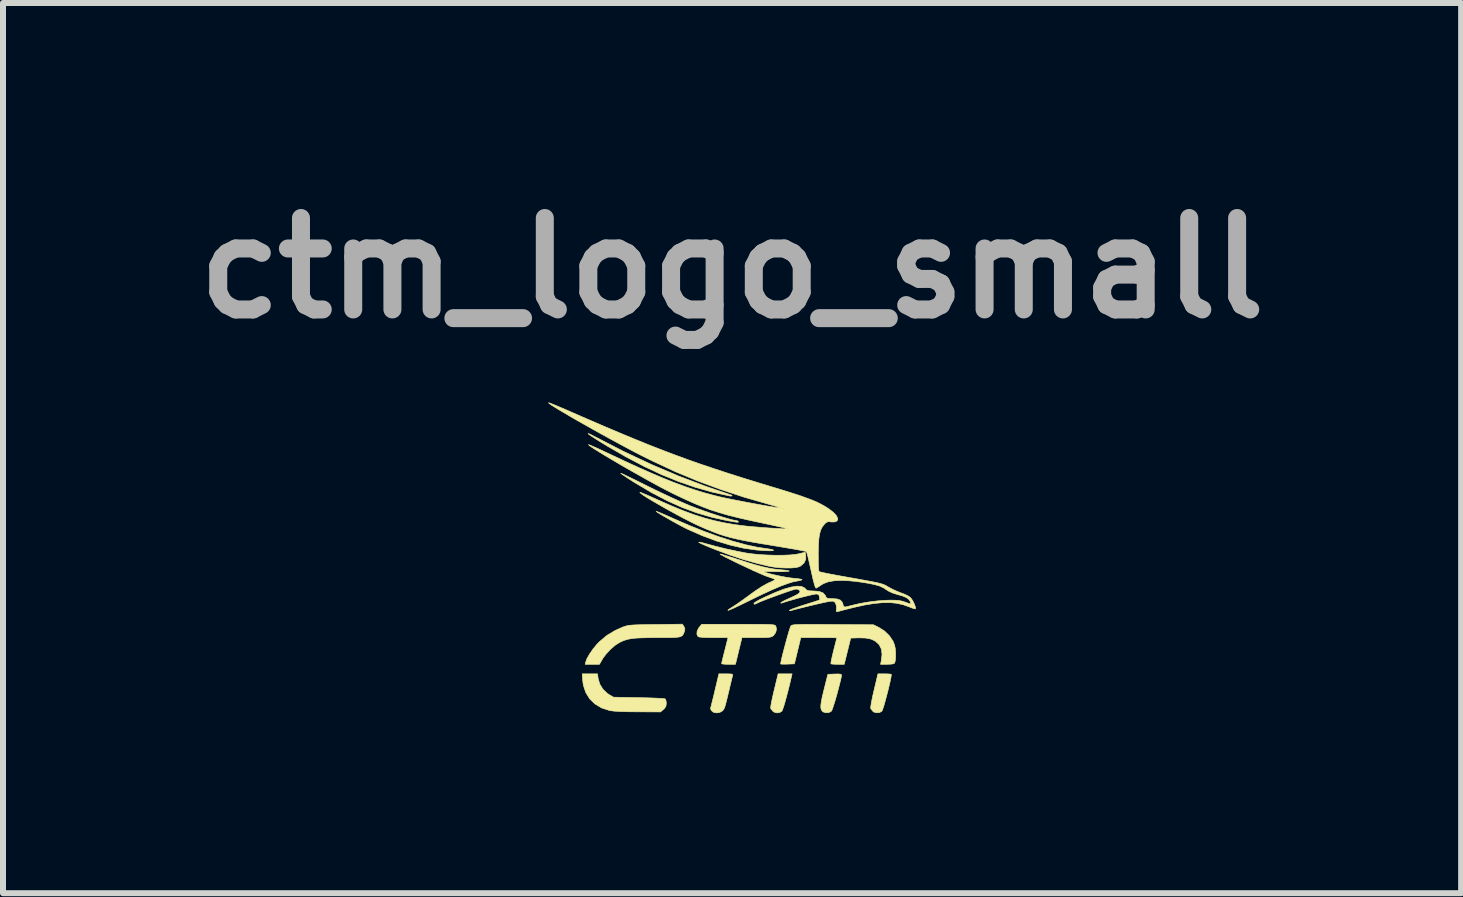
<source format=kicad_pcb>
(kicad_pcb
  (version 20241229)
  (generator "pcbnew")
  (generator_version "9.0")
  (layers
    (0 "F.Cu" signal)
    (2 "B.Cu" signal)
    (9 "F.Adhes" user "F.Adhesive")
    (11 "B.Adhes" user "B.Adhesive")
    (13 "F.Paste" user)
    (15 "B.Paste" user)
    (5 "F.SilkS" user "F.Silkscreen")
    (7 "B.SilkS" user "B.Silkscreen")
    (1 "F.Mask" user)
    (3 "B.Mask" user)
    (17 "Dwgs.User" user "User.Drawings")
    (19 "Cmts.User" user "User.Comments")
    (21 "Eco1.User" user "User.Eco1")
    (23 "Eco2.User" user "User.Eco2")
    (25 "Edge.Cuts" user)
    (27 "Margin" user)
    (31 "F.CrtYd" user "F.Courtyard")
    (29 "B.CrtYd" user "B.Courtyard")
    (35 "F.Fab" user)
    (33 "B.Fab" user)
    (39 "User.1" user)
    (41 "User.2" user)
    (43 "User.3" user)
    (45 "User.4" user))
  (footprint "ctm_logo_small"
    (layer "F.Cu")
    (at 9.151 6.498)
    (property "Reference" "ctm_logo_small" (at 0 -5.08 0) (layer "F.Fab") (effects (font (size 1.524 1.524) (thickness 0.3))))
    (attr through_hole)
    (fp_poly (pts (xy 0.991 1.726) (xy 0.962 1.85) (xy 0.933 1.966) (xy 0.905 2.072) (xy 0.88 2.163) (xy 0.858 2.236) (xy 0.84 2.285) (xy 0.83 2.306) (xy 0.796 2.326) (xy 0.754 2.334) (xy 0.709 2.325) (xy 0.68 2.306) (xy 0.655 2.275) (xy 0.644 2.258) (xy 0.644 2.237) (xy 0.651 2.19) (xy 0.664 2.124) (xy 0.682 2.042) (xy 0.701 1.961) (xy 0.768 1.683) (xy 1.001 1.683) (xy 0.991 1.726)) (stroke (width 0.01) (type solid)) (fill yes) (layer "F.SilkS"))
    (fp_poly (pts (xy 1.811 1.689) (xy 1.825 1.698) (xy 1.825 1.702) (xy 1.821 1.735) (xy 1.809 1.79) (xy 1.791 1.861) (xy 1.77 1.942) (xy 1.747 2.028) (xy 1.723 2.112) (xy 1.7 2.187) (xy 1.68 2.248) (xy 1.665 2.289) (xy 1.658 2.303) (xy 1.617 2.327) (xy 1.566 2.332) (xy 1.519 2.318) (xy 1.503 2.305) (xy 1.488 2.281) (xy 1.48 2.25) (xy 1.48 2.207) (xy 1.488 2.146) (xy 1.504 2.065) (xy 1.53 1.959) (xy 1.537 1.929) (xy 1.597 1.691) (xy 1.711 1.686) (xy 1.774 1.685) (xy 1.811 1.689)) (stroke (width 0.01) (type solid)) (fill yes) (layer "F.SilkS"))
    (fp_poly (pts (xy 2.594 1.684) (xy 2.636 1.687) (xy 2.654 1.691) (xy 2.654 1.71) (xy 2.647 1.753) (xy 2.634 1.815) (xy 2.616 1.891) (xy 2.596 1.974) (xy 2.574 2.058) (xy 2.552 2.139) (xy 2.532 2.21) (xy 2.514 2.265) (xy 2.501 2.299) (xy 2.497 2.305) (xy 2.459 2.328) (xy 2.41 2.332) (xy 2.364 2.32) (xy 2.346 2.306) (xy 2.322 2.275) (xy 2.311 2.258) (xy 2.311 2.237) (xy 2.318 2.19) (xy 2.33 2.123) (xy 2.347 2.041) (xy 2.366 1.96) (xy 2.432 1.683) (xy 2.539 1.683) (xy 2.594 1.684)) (stroke (width 0.01) (type solid)) (fill yes) (layer "F.SilkS"))
    (fp_poly (pts (xy -2.378 -2.316) (xy -2.332 -2.294) (xy -2.286 -2.27) (xy -1.81 -2.025) (xy -1.348 -1.808) (xy -0.897 -1.616) (xy -0.457 -1.449) (xy -0.294 -1.393) (xy -0.205 -1.363) (xy -0.126 -1.336) (xy -0.062 -1.314) (xy -0.019 -1.299) (xy -0.001 -1.291) (xy -0.001 -1.291) (xy -0.000241 -1.282) (xy -0.022 -1.28) (xy -0.04 -1.282) (xy -0.329 -1.346) (xy -0.612 -1.426) (xy -0.893 -1.523) (xy -1.176 -1.638) (xy -1.465 -1.774) (xy -1.765 -1.932) (xy -2.072 -2.109) (xy -2.174 -2.171) (xy -2.258 -2.223) (xy -2.324 -2.266) (xy -2.371 -2.297) (xy -2.396 -2.317) (xy -2.399 -2.324) (xy -2.378 -2.316)) (stroke (width 0.01) (type solid)) (fill yes) (layer "F.SilkS"))
    (fp_poly (pts (xy -0.04 1.684) (xy -0.005 1.687) (xy 0.01 1.694) (xy 0.011 1.707) (xy 0.01 1.711) (xy 0.003 1.736) (xy -0.009 1.785) (xy -0.025 1.852) (xy -0.044 1.93) (xy -0.047 1.945) (xy -0.073 2.052) (xy -0.093 2.134) (xy -0.108 2.193) (xy -0.121 2.234) (xy -0.132 2.262) (xy -0.143 2.281) (xy -0.156 2.295) (xy -0.162 2.302) (xy -0.207 2.327) (xy -0.261 2.334) (xy -0.31 2.323) (xy -0.34 2.299) (xy -0.356 2.271) (xy -0.358 2.256) (xy -0.353 2.238) (xy -0.342 2.194) (xy -0.326 2.13) (xy -0.306 2.05) (xy -0.286 1.965) (xy -0.219 1.683) (xy -0.1 1.683) (xy -0.04 1.684)) (stroke (width 0.01) (type solid)) (fill yes) (layer "F.SilkS"))
    (fp_poly (pts (xy -2.232 1.759) (xy -2.205 1.854) (xy -2.151 1.941) (xy -2.078 2.01) (xy -2.053 2.027) (xy -1.976 2.072) (xy -1.556 2.08) (xy -1.443 2.082) (xy -1.34 2.085) (xy -1.251 2.089) (xy -1.181 2.093) (xy -1.134 2.097) (xy -1.115 2.1) (xy -1.102 2.123) (xy -1.096 2.164) (xy -1.095 2.174) (xy -1.102 2.223) (xy -1.126 2.26) (xy -1.144 2.277) (xy -1.193 2.318) (xy -1.569 2.316) (xy -1.73 2.315) (xy -1.86 2.311) (xy -1.96 2.305) (xy -2.029 2.297) (xy -2.042 2.294) (xy -2.174 2.251) (xy -2.285 2.185) (xy -2.374 2.098) (xy -2.439 1.992) (xy -2.479 1.869) (xy -2.489 1.791) (xy -2.497 1.683) (xy -2.242 1.683) (xy -2.232 1.759)) (stroke (width 0.01) (type solid)) (fill yes) (layer "F.SilkS"))
    (fp_poly (pts (xy -1.25 -1.022) (xy -1.209 -1.006) (xy -1.15 -0.981) (xy -1.075 -0.949) (xy -0.989 -0.91) (xy -0.983 -0.907) (xy -0.72 -0.793) (xy -0.464 -0.691) (xy -0.219 -0.602) (xy 0.012 -0.528) (xy 0.226 -0.469) (xy 0.421 -0.427) (xy 0.584 -0.403) (xy 0.637 -0.395) (xy 0.676 -0.386) (xy 0.692 -0.379) (xy 0.683 -0.371) (xy 0.645 -0.368) (xy 0.581 -0.369) (xy 0.493 -0.374) (xy 0.397 -0.382) (xy 0.19 -0.412) (xy -0.032 -0.463) (xy -0.264 -0.533) (xy -0.497 -0.62) (xy -0.726 -0.721) (xy -0.786 -0.75) (xy -0.847 -0.782) (xy -0.918 -0.82) (xy -0.994 -0.862) (xy -1.068 -0.904) (xy -1.138 -0.944) (xy -1.197 -0.979) (xy -1.24 -1.006) (xy -1.263 -1.023) (xy -1.265 -1.026) (xy -1.25 -1.022)) (stroke (width 0.01) (type solid)) (fill yes) (layer "F.SilkS"))
    (fp_poly (pts (xy -0.505 -0.505) (xy -0.454 -0.492) (xy -0.448 -0.49) (xy -0.285 -0.446) (xy -0.105 -0.401) (xy 0.076 -0.362) (xy 0.234 -0.331) (xy 0.343 -0.316) (xy 0.466 -0.304) (xy 0.597 -0.297) (xy 0.73 -0.293) (xy 0.857 -0.294) (xy 0.971 -0.299) (xy 1.066 -0.309) (xy 1.122 -0.32) (xy 1.219 -0.344) (xy 1.228 -0.302) (xy 1.229 -0.227) (xy 1.2 -0.164) (xy 1.145 -0.116) (xy 1.116 -0.101) (xy 1.066 -0.089) (xy 0.992 -0.082) (xy 0.903 -0.081) (xy 0.806 -0.085) (xy 0.709 -0.095) (xy 0.62 -0.11) (xy 0.619 -0.11) (xy 0.41 -0.16) (xy 0.195 -0.221) (xy -0.03 -0.296) (xy -0.272 -0.386) (xy -0.369 -0.425) (xy -0.439 -0.454) (xy -0.498 -0.48) (xy -0.538 -0.499) (xy -0.555 -0.51) (xy -0.556 -0.511) (xy -0.542 -0.512) (xy -0.505 -0.505)) (stroke (width 0.01) (type solid)) (fill yes) (layer "F.SilkS"))
    (fp_poly (pts (xy -1.839 -1.655) (xy -1.799 -1.637) (xy -1.737 -1.607) (xy -1.658 -1.569) (xy -1.565 -1.523) (xy -1.46 -1.471) (xy -1.412 -1.447) (xy -1.286 -1.385) (xy -1.152 -1.321) (xy -1.019 -1.259) (xy -0.892 -1.201) (xy -0.779 -1.152) (xy -0.69 -1.115) (xy -0.59 -1.077) (xy -0.482 -1.038) (xy -0.372 -0.999) (xy -0.263 -0.963) (xy -0.162 -0.931) (xy -0.073 -0.905) (xy -0.001 -0.885) (xy 0.049 -0.875) (xy 0.065 -0.873) (xy 0.094 -0.865) (xy 0.103 -0.857) (xy 0.107 -0.849) (xy 0.102 -0.845) (xy 0.083 -0.844) (xy 0.047 -0.849) (xy -0.011 -0.859) (xy -0.087 -0.872) (xy -0.338 -0.927) (xy -0.585 -0.999) (xy -0.832 -1.09) (xy -1.083 -1.203) (xy -1.343 -1.339) (xy -1.614 -1.5) (xy -1.672 -1.536) (xy -1.739 -1.579) (xy -1.794 -1.616) (xy -1.834 -1.643) (xy -1.853 -1.658) (xy -1.854 -1.66) (xy -1.839 -1.655)) (stroke (width 0.01) (type solid)) (fill yes) (layer "F.SilkS"))
    (fp_poly (pts (xy 0.259 0.857) (xy 0.385 0.858) (xy 0.486 0.858) (xy 0.564 0.859) (xy 0.623 0.861) (xy 0.665 0.864) (xy 0.693 0.867) (xy 0.711 0.872) (xy 0.722 0.878) (xy 0.728 0.885) (xy 0.731 0.89) (xy 0.741 0.94) (xy 0.728 0.994) (xy 0.694 1.041) (xy 0.687 1.048) (xy 0.669 1.06) (xy 0.646 1.069) (xy 0.614 1.074) (xy 0.567 1.078) (xy 0.499 1.079) (xy 0.406 1.079) (xy 0.165 1.079) (xy 0.111 1.302) (xy 0.057 1.524) (xy -0.059 1.524) (xy -0.115 1.523) (xy -0.156 1.519) (xy -0.174 1.513) (xy -0.174 1.512) (xy -0.17 1.493) (xy -0.16 1.449) (xy -0.145 1.387) (xy -0.126 1.312) (xy -0.12 1.29) (xy -0.067 1.079) (xy -0.308 1.079) (xy -0.416 1.078) (xy -0.495 1.075) (xy -0.545 1.069) (xy -0.568 1.061) (xy -0.568 1.06) (xy -0.586 1.022) (xy -0.582 0.972) (xy -0.557 0.92) (xy -0.546 0.906) (xy -0.505 0.857) (xy 0.104 0.857) (xy 0.259 0.857)) (stroke (width 0.01) (type solid)) (fill yes) (layer "F.SilkS"))
    (fp_poly (pts (xy -0.802 0.894) (xy -0.786 0.931) (xy -0.791 0.97) (xy -0.794 0.978) (xy -0.806 1.009) (xy -0.819 1.033) (xy -0.835 1.05) (xy -0.86 1.063) (xy -0.896 1.071) (xy -0.949 1.076) (xy -1.022 1.079) (xy -1.118 1.079) (xy -1.242 1.079) (xy -1.245 1.079) (xy -1.388 1.08) (xy -1.503 1.083) (xy -1.596 1.087) (xy -1.671 1.095) (xy -1.733 1.106) (xy -1.788 1.122) (xy -1.838 1.142) (xy -1.877 1.161) (xy -1.947 1.206) (xy -2.023 1.271) (xy -2.093 1.345) (xy -2.15 1.42) (xy -2.162 1.441) (xy -2.21 1.524) (xy -2.448 1.524) (xy -2.437 1.48) (xy -2.414 1.421) (xy -2.372 1.349) (xy -2.318 1.271) (xy -2.256 1.195) (xy -2.214 1.151) (xy -2.089 1.045) (xy -1.948 0.96) (xy -1.829 0.907) (xy -1.797 0.895) (xy -1.767 0.886) (xy -1.736 0.878) (xy -1.698 0.873) (xy -1.65 0.869) (xy -1.587 0.866) (xy -1.506 0.864) (xy -1.401 0.862) (xy -1.275 0.861) (xy -0.828 0.855) (xy -0.802 0.894)) (stroke (width 0.01) (type solid)) (fill yes) (layer "F.SilkS"))
    (fp_poly (pts (xy 1.429 0.859) (xy 1.576 0.86) (xy 1.682 0.861) (xy 2.357 0.865) (xy 2.448 0.91) (xy 2.542 0.97) (xy 2.623 1.049) (xy 2.683 1.138) (xy 2.709 1.203) (xy 2.721 1.263) (xy 2.726 1.333) (xy 2.726 1.403) (xy 2.721 1.464) (xy 2.709 1.504) (xy 2.708 1.506) (xy 2.687 1.516) (xy 2.642 1.522) (xy 2.586 1.524) (xy 2.475 1.524) (xy 2.488 1.464) (xy 2.5 1.358) (xy 2.489 1.27) (xy 2.453 1.199) (xy 2.449 1.194) (xy 2.391 1.14) (xy 2.318 1.104) (xy 2.225 1.086) (xy 2.114 1.083) (xy 1.978 1.087) (xy 1.924 1.306) (xy 1.87 1.524) (xy 1.763 1.524) (xy 1.708 1.523) (xy 1.666 1.52) (xy 1.648 1.515) (xy 1.648 1.498) (xy 1.656 1.455) (xy 1.669 1.394) (xy 1.687 1.319) (xy 1.692 1.297) (xy 1.712 1.22) (xy 1.728 1.156) (xy 1.74 1.109) (xy 1.746 1.085) (xy 1.746 1.083) (xy 1.731 1.082) (xy 1.689 1.081) (xy 1.625 1.08) (xy 1.544 1.08) (xy 1.451 1.08) (xy 1.446 1.079) (xy 1.146 1.079) (xy 1.093 1.298) (xy 1.04 1.516) (xy 0.925 1.521) (xy 0.869 1.522) (xy 0.828 1.521) (xy 0.81 1.519) (xy 0.81 1.518) (xy 0.814 1.49) (xy 0.825 1.438) (xy 0.841 1.369) (xy 0.862 1.289) (xy 0.885 1.202) (xy 0.908 1.116) (xy 0.931 1.035) (xy 0.951 0.966) (xy 0.968 0.915) (xy 0.978 0.888) (xy 0.98 0.885) (xy 0.988 0.878) (xy 0.999 0.872) (xy 1.018 0.868) (xy 1.045 0.864) (xy 1.086 0.862) (xy 1.141 0.86) (xy 1.215 0.859) (xy 1.31 0.859) (xy 1.429 0.859)) (stroke (width 0.01) (type solid)) (fill yes) (layer "F.SilkS"))
    (fp_poly (pts (xy -0.183 -0.311) (xy -0.142 -0.299) (xy -0.079 -0.28) (xy 0.001 -0.256) (xy 0.092 -0.226) (xy 0.122 -0.217) (xy 0.277 -0.167) (xy 0.409 -0.128) (xy 0.521 -0.099) (xy 0.621 -0.077) (xy 0.712 -0.062) (xy 0.801 -0.053) (xy 0.81 -0.052) (xy 0.888 -0.045) (xy 0.935 -0.038) (xy 0.954 -0.031) (xy 0.944 -0.026) (xy 0.907 -0.022) (xy 0.845 -0.02) (xy 0.758 -0.02) (xy 0.738 -0.021) (xy 0.641 -0.023) (xy 0.575 -0.022) (xy 0.54 -0.019) (xy 0.537 -0.014) (xy 0.54 -0.013) (xy 0.604 0.008) (xy 0.631 0.015) (xy 0.69 0.03) (xy 0.787 0.051) (xy 0.884 0.07) (xy 0.973 0.084) (xy 1.028 0.09) (xy 1.09 0.096) (xy 1.138 0.103) (xy 1.164 0.109) (xy 1.167 0.111) (xy 1.157 0.12) (xy 1.125 0.129) (xy 1.102 0.133) (xy 1.019 0.149) (xy 0.92 0.18) (xy 0.801 0.224) (xy 0.662 0.284) (xy 0.499 0.359) (xy 0.357 0.428) (xy 0.217 0.497) (xy 0.106 0.551) (xy 0.021 0.591) (xy -0.036 0.615) (xy -0.066 0.626) (xy -0.069 0.622) (xy -0.046 0.603) (xy 0.004 0.571) (xy 0.01 0.567) (xy 0.078 0.523) (xy 0.155 0.469) (xy 0.23 0.415) (xy 0.249 0.401) (xy 0.385 0.302) (xy 0.502 0.225) (xy 0.604 0.169) (xy 0.651 0.149) (xy 0.696 0.127) (xy 0.717 0.112) (xy 0.714 0.105) (xy 0.688 0.096) (xy 0.642 0.079) (xy 0.584 0.059) (xy 0.572 0.055) (xy 0.529 0.038) (xy 0.468 0.012) (xy 0.392 -0.022) (xy 0.347 -0.042) (xy 0.466 -0.042) (xy 0.468 -0.033) (xy 0.476 -0.032) (xy 0.489 -0.038) (xy 0.487 -0.042) (xy 0.468 -0.044) (xy 0.466 -0.042) (xy 0.347 -0.042) (xy 0.307 -0.061) (xy 0.216 -0.103) (xy 0.125 -0.146) (xy 0.036 -0.189) (xy -0.044 -0.229) (xy -0.112 -0.263) (xy -0.163 -0.29) (xy -0.194 -0.308) (xy -0.2 -0.314) (xy -0.183 -0.311)) (stroke (width 0.01) (type solid)) (fill yes) (layer "F.SilkS"))
    (fp_poly (pts (xy -3.043 -2.832) (xy -3.002 -2.817) (xy -2.941 -2.792) (xy -2.863 -2.759) (xy -2.773 -2.721) (xy -2.725 -2.7) (xy -2.416 -2.565) (xy -2.133 -2.443) (xy -1.871 -2.332) (xy -1.625 -2.23) (xy -1.394 -2.136) (xy -1.171 -2.049) (xy -0.955 -1.967) (xy -0.74 -1.888) (xy -0.524 -1.812) (xy -0.301 -1.737) (xy -0.07 -1.661) (xy 0.176 -1.583) (xy 0.438 -1.502) (xy 0.659 -1.435) (xy 0.843 -1.379) (xy 0.999 -1.33) (xy 1.132 -1.287) (xy 1.243 -1.247) (xy 1.337 -1.212) (xy 1.417 -1.178) (xy 1.485 -1.144) (xy 1.546 -1.11) (xy 1.602 -1.074) (xy 1.62 -1.062) (xy 1.694 -1.004) (xy 1.74 -0.953) (xy 1.761 -0.907) (xy 1.762 -0.891) (xy 1.748 -0.864) (xy 1.711 -0.849) (xy 1.656 -0.848) (xy 1.637 -0.851) (xy 1.6 -0.853) (xy 1.568 -0.838) (xy 1.542 -0.814) (xy 1.507 -0.771) (xy 1.48 -0.719) (xy 1.46 -0.652) (xy 1.447 -0.568) (xy 1.44 -0.462) (xy 1.437 -0.328) (xy 1.437 -0.307) (xy 1.438 -0.217) (xy 1.439 -0.138) (xy 1.442 -0.075) (xy 1.446 -0.035) (xy 1.449 -0.022) (xy 1.468 -0.016) (xy 1.513 -0.005) (xy 1.58 0.009) (xy 1.664 0.025) (xy 1.76 0.043) (xy 1.798 0.05) (xy 1.965 0.08) (xy 2.103 0.104) (xy 2.216 0.125) (xy 2.307 0.142) (xy 2.379 0.156) (xy 2.435 0.168) (xy 2.478 0.179) (xy 2.511 0.189) (xy 2.537 0.199) (xy 2.559 0.209) (xy 2.58 0.221) (xy 2.604 0.235) (xy 2.607 0.237) (xy 2.678 0.275) (xy 2.758 0.311) (xy 2.814 0.333) (xy 2.876 0.356) (xy 2.932 0.383) (xy 2.968 0.407) (xy 2.993 0.436) (xy 3.019 0.479) (xy 3.041 0.526) (xy 3.056 0.568) (xy 3.059 0.596) (xy 3.056 0.6) (xy 3.039 0.598) (xy 3.001 0.586) (xy 2.951 0.566) (xy 2.949 0.565) (xy 2.85 0.53) (xy 2.745 0.507) (xy 2.632 0.495) (xy 2.507 0.497) (xy 2.367 0.51) (xy 2.209 0.536) (xy 2.029 0.576) (xy 1.825 0.628) (xy 1.767 0.644) (xy 1.744 0.648) (xy 1.736 0.635) (xy 1.74 0.601) (xy 1.739 0.551) (xy 1.726 0.508) (xy 1.707 0.482) (xy 1.678 0.472) (xy 1.642 0.473) (xy 1.611 0.478) (xy 1.556 0.489) (xy 1.482 0.505) (xy 1.395 0.525) (xy 1.302 0.547) (xy 1.208 0.57) (xy 1.12 0.592) (xy 1.044 0.611) (xy 0.985 0.628) (xy 0.978 0.63) (xy 0.958 0.631) (xy 0.958 0.624) (xy 0.975 0.614) (xy 1.018 0.597) (xy 1.08 0.575) (xy 1.157 0.549) (xy 1.214 0.531) (xy 1.462 0.452) (xy 1.457 0.405) (xy 1.448 0.369) (xy 1.423 0.355) (xy 1.409 0.352) (xy 1.382 0.355) (xy 1.332 0.365) (xy 1.263 0.381) (xy 1.183 0.401) (xy 1.097 0.423) (xy 1.013 0.447) (xy 0.935 0.469) (xy 0.871 0.489) (xy 0.834 0.502) (xy 0.814 0.506) (xy 0.815 0.497) (xy 0.833 0.484) (xy 0.873 0.462) (xy 0.929 0.436) (xy 0.964 0.42) (xy 1.044 0.383) (xy 1.098 0.354) (xy 1.126 0.33) (xy 1.133 0.308) (xy 1.125 0.291) (xy 1.096 0.274) (xy 1.069 0.27) (xy 1.044 0.275) (xy 0.995 0.29) (xy 0.928 0.312) (xy 0.848 0.34) (xy 0.762 0.371) (xy 0.674 0.403) (xy 0.59 0.434) (xy 0.517 0.463) (xy 0.459 0.486) (xy 0.425 0.502) (xy 0.388 0.52) (xy 0.37 0.522) (xy 0.365 0.508) (xy 0.365 0.507) (xy 0.379 0.494) (xy 0.416 0.471) (xy 0.47 0.441) (xy 0.538 0.408) (xy 0.544 0.405) (xy 0.715 0.329) (xy 0.861 0.272) (xy 0.984 0.237) (xy 1.083 0.221) (xy 1.158 0.226) (xy 1.209 0.251) (xy 1.22 0.262) (xy 1.24 0.283) (xy 1.264 0.295) (xy 1.302 0.3) (xy 1.361 0.302) (xy 1.451 0.309) (xy 1.515 0.333) (xy 1.554 0.374) (xy 1.564 0.397) (xy 1.574 0.415) (xy 1.595 0.424) (xy 1.636 0.428) (xy 1.672 0.429) (xy 1.751 0.435) (xy 1.805 0.454) (xy 1.837 0.489) (xy 1.849 0.524) (xy 1.856 0.55) (xy 1.865 0.564) (xy 1.885 0.568) (xy 1.92 0.562) (xy 1.977 0.547) (xy 2.001 0.541) (xy 2.129 0.511) (xy 2.275 0.486) (xy 2.426 0.467) (xy 2.57 0.457) (xy 2.635 0.455) (xy 2.721 0.456) (xy 2.785 0.461) (xy 2.837 0.472) (xy 2.887 0.488) (xy 2.888 0.489) (xy 2.935 0.506) (xy 2.969 0.517) (xy 2.98 0.518) (xy 2.978 0.501) (xy 2.967 0.471) (xy 2.943 0.438) (xy 2.902 0.41) (xy 2.838 0.384) (xy 2.748 0.358) (xy 2.742 0.356) (xy 2.672 0.334) (xy 2.609 0.304) (xy 2.578 0.285) (xy 2.527 0.251) (xy 2.466 0.222) (xy 2.448 0.215) (xy 2.369 0.194) (xy 2.267 0.173) (xy 2.154 0.155) (xy 2.037 0.14) (xy 1.927 0.13) (xy 1.834 0.126) (xy 1.708 0.131) (xy 1.607 0.148) (xy 1.526 0.178) (xy 1.469 0.213) (xy 1.432 0.238) (xy 1.405 0.253) (xy 1.399 0.254) (xy 1.392 0.246) (xy 1.381 0.22) (xy 1.368 0.175) (xy 1.35 0.107) (xy 1.329 0.014) (xy 1.302 -0.106) (xy 1.283 -0.191) (xy 1.268 -0.257) (xy 1.254 -0.311) (xy 1.243 -0.346) (xy 1.239 -0.354) (xy 1.221 -0.36) (xy 1.175 -0.369) (xy 1.105 -0.383) (xy 1.016 -0.399) (xy 0.909 -0.417) (xy 0.79 -0.437) (xy 0.695 -0.453) (xy 0.505 -0.484) (xy 0.342 -0.512) (xy 0.202 -0.538) (xy 0.079 -0.564) (xy -0.03 -0.59) (xy -0.129 -0.618) (xy -0.224 -0.649) (xy -0.319 -0.685) (xy -0.418 -0.725) (xy -0.526 -0.772) (xy -0.555 -0.785) (xy -0.634 -0.822) (xy -0.725 -0.868) (xy -0.825 -0.919) (xy -0.93 -0.976) (xy -1.037 -1.034) (xy -1.142 -1.093) (xy -1.241 -1.15) (xy -1.332 -1.203) (xy -1.41 -1.25) (xy -1.473 -1.29) (xy -1.515 -1.32) (xy -1.535 -1.339) (xy -1.536 -1.343) (xy -1.52 -1.339) (xy -1.48 -1.323) (xy -1.42 -1.298) (xy -1.344 -1.265) (xy -1.257 -1.226) (xy -1.236 -1.216) (xy -1.018 -1.12) (xy -0.822 -1.039) (xy -0.641 -0.972) (xy -0.47 -0.917) (xy -0.303 -0.872) (xy -0.134 -0.835) (xy 0.041 -0.805) (xy 0.175 -0.787) (xy 0.244 -0.779) (xy 0.328 -0.771) (xy 0.423 -0.763) (xy 0.522 -0.755) (xy 0.621 -0.748) (xy 0.714 -0.742) (xy 0.797 -0.737) (xy 0.864 -0.734) (xy 0.91 -0.733) (xy 0.93 -0.734) (xy 0.93 -0.735) (xy 0.917 -0.739) (xy 0.876 -0.749) (xy 0.812 -0.764) (xy 0.729 -0.782) (xy 0.629 -0.804) (xy 0.518 -0.827) (xy 0.497 -0.832) (xy 0.287 -0.877) (xy 0.103 -0.919) (xy -0.061 -0.96) (xy -0.21 -1.003) (xy -0.35 -1.048) (xy -0.402 -1.067) (xy 0.832 -1.067) (xy 0.848 -1.065) (xy 0.869 -1.068) (xy 0.869 -1.073) (xy 0.848 -1.077) (xy 0.838 -1.074) (xy 0.832 -1.067) (xy -0.402 -1.067) (xy -0.487 -1.099) (xy -0.626 -1.156) (xy -0.773 -1.222) (xy -0.934 -1.298) (xy -1.008 -1.334) (xy -1.091 -1.376) (xy -1.188 -1.427) (xy -1.297 -1.486) (xy -1.414 -1.55) (xy -1.536 -1.619) (xy -1.661 -1.689) (xy -1.785 -1.76) (xy -1.905 -1.83) (xy -2.019 -1.897) (xy -2.123 -1.959) (xy -2.214 -2.015) (xy -2.29 -2.062) (xy -2.346 -2.099) (xy -2.382 -2.125) (xy -2.392 -2.137) (xy -2.392 -2.138) (xy -2.376 -2.133) (xy -2.336 -2.116) (xy -2.276 -2.09) (xy -2.199 -2.055) (xy -2.11 -2.013) (xy -2.054 -1.987) (xy -1.795 -1.865) (xy -1.56 -1.757) (xy -1.347 -1.663) (xy -1.152 -1.58) (xy -0.973 -1.508) (xy -0.805 -1.446) (xy -0.646 -1.391) (xy -0.493 -1.343) (xy -0.343 -1.302) (xy -0.222 -1.271) (xy -0.155 -1.256) (xy -0.07 -1.238) (xy 0.029 -1.218) (xy 0.138 -1.197) (xy 0.251 -1.175) (xy 0.364 -1.154) (xy 0.473 -1.134) (xy 0.573 -1.116) (xy 0.66 -1.102) (xy 0.73 -1.091) (xy 0.777 -1.084) (xy 0.797 -1.083) (xy 0.789 -1.089) (xy 0.755 -1.101) (xy 0.701 -1.118) (xy 0.631 -1.138) (xy 0.617 -1.142) (xy 0.199 -1.262) (xy -0.195 -1.392) (xy -0.575 -1.533) (xy -0.948 -1.688) (xy -1.321 -1.862) (xy -1.532 -1.967) (xy -1.646 -2.026) (xy -1.77 -2.092) (xy -1.902 -2.163) (xy -2.038 -2.237) (xy -2.176 -2.313) (xy -2.313 -2.389) (xy -2.447 -2.465) (xy -2.575 -2.537) (xy -2.693 -2.605) (xy -2.799 -2.668) (xy -2.891 -2.722) (xy -2.966 -2.768) (xy -3.021 -2.803) (xy -3.052 -2.827) (xy -3.059 -2.836) (xy -3.043 -2.832)) (stroke (width 0.01) (type solid)) (fill yes) (layer "F.SilkS")))
  (gr_rect
    (start -3 -3)
    (end 21.303 11.837)
    (stroke (width 0.1) (type default))
    (fill no)
    (layer "Edge.Cuts")))
</source>
